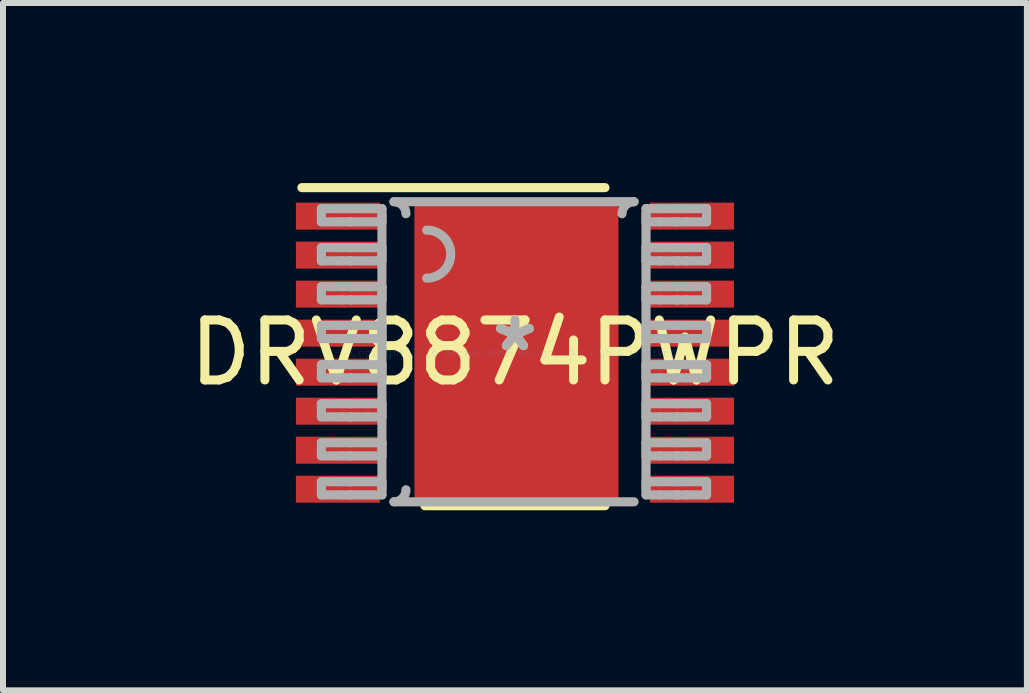
<source format=kicad_pcb>
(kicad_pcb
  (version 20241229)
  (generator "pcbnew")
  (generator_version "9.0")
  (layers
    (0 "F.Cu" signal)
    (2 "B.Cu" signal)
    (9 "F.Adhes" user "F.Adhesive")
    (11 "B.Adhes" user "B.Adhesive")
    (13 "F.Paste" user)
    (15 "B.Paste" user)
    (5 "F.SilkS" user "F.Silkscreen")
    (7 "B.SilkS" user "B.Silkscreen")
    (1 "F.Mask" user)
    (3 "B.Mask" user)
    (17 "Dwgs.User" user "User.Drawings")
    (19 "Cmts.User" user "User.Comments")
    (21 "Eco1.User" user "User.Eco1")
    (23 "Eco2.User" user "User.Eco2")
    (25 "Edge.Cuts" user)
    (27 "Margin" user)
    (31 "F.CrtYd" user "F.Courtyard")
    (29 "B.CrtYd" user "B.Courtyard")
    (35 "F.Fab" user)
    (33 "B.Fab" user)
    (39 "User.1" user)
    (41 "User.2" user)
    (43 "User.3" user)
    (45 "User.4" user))
  (footprint "DRV8874PWPR"
    (layer "F.Cu")
    (at 5.53 2.826)
    (property "Reference" "DRV8874PWPR" (at 0 0 0) (layer "F.SilkS") (effects (font (size 1 1) (thickness 0.15))))
    (attr through_hole)
    (fp_line (start -1.23 -1.726) (end -1.229 -1.735) (stroke (width 0.152) (type solid)) (layer "F.Mask"))
    (fp_line (start -1.23 1.726) (end -1.23 -1.726) (stroke (width 0.152) (type solid)) (layer "F.Mask"))
    (fp_line (start -1.229 -1.735) (end -1.226 -1.745) (stroke (width 0.152) (type solid)) (layer "F.Mask"))
    (fp_line (start -1.229 1.735) (end -1.23 1.726) (stroke (width 0.152) (type solid)) (layer "F.Mask"))
    (fp_line (start -1.226 -1.745) (end -1.222 -1.753) (stroke (width 0.152) (type solid)) (layer "F.Mask"))
    (fp_line (start -1.226 1.745) (end -1.229 1.735) (stroke (width 0.152) (type solid)) (layer "F.Mask"))
    (fp_line (start -1.222 -1.753) (end -1.216 -1.761) (stroke (width 0.152) (type solid)) (layer "F.Mask"))
    (fp_line (start -1.222 1.753) (end -1.226 1.745) (stroke (width 0.152) (type solid)) (layer "F.Mask"))
    (fp_line (start -1.216 -1.761) (end -1.208 -1.767) (stroke (width 0.152) (type solid)) (layer "F.Mask"))
    (fp_line (start -1.216 1.761) (end -1.222 1.753) (stroke (width 0.152) (type solid)) (layer "F.Mask"))
    (fp_line (start -1.208 -1.767) (end -1.2 -1.771) (stroke (width 0.152) (type solid)) (layer "F.Mask"))
    (fp_line (start -1.208 1.767) (end -1.216 1.761) (stroke (width 0.152) (type solid)) (layer "F.Mask"))
    (fp_line (start -1.2 -1.771) (end -1.19 -1.774) (stroke (width 0.152) (type solid)) (layer "F.Mask"))
    (fp_line (start -1.2 1.771) (end -1.208 1.767) (stroke (width 0.152) (type solid)) (layer "F.Mask"))
    (fp_line (start -1.19 -1.774) (end -1.181 -1.775) (stroke (width 0.152) (type solid)) (layer "F.Mask"))
    (fp_line (start -1.19 1.774) (end -1.2 1.771) (stroke (width 0.152) (type solid)) (layer "F.Mask"))
    (fp_line (start -1.181 -1.775) (end 1.181 -1.775) (stroke (width 0.152) (type solid)) (layer "F.Mask"))
    (fp_line (start -1.181 1.775) (end -1.19 1.774) (stroke (width 0.152) (type solid)) (layer "F.Mask"))
    (fp_line (start 1.181 -1.775) (end 1.19 -1.774) (stroke (width 0.152) (type solid)) (layer "F.Mask"))
    (fp_line (start 1.181 1.775) (end -1.181 1.775) (stroke (width 0.152) (type solid)) (layer "F.Mask"))
    (fp_line (start 1.19 -1.774) (end 1.2 -1.771) (stroke (width 0.152) (type solid)) (layer "F.Mask"))
    (fp_line (start 1.19 1.774) (end 1.181 1.775) (stroke (width 0.152) (type solid)) (layer "F.Mask"))
    (fp_line (start 1.2 -1.771) (end 1.208 -1.767) (stroke (width 0.152) (type solid)) (layer "F.Mask"))
    (fp_line (start 1.2 1.771) (end 1.19 1.774) (stroke (width 0.152) (type solid)) (layer "F.Mask"))
    (fp_line (start 1.208 -1.767) (end 1.216 -1.761) (stroke (width 0.152) (type solid)) (layer "F.Mask"))
    (fp_line (start 1.208 1.767) (end 1.2 1.771) (stroke (width 0.152) (type solid)) (layer "F.Mask"))
    (fp_line (start 1.216 -1.761) (end 1.222 -1.753) (stroke (width 0.152) (type solid)) (layer "F.Mask"))
    (fp_line (start 1.216 1.761) (end 1.208 1.767) (stroke (width 0.152) (type solid)) (layer "F.Mask"))
    (fp_line (start 1.222 -1.753) (end 1.226 -1.745) (stroke (width 0.152) (type solid)) (layer "F.Mask"))
    (fp_line (start 1.222 1.753) (end 1.216 1.761) (stroke (width 0.152) (type solid)) (layer "F.Mask"))
    (fp_line (start 1.226 -1.745) (end 1.229 -1.735) (stroke (width 0.152) (type solid)) (layer "F.Mask"))
    (fp_line (start 1.226 1.745) (end 1.222 1.753) (stroke (width 0.152) (type solid)) (layer "F.Mask"))
    (fp_line (start 1.229 -1.735) (end 1.23 -1.726) (stroke (width 0.152) (type solid)) (layer "F.Mask"))
    (fp_line (start 1.229 1.735) (end 1.226 1.745) (stroke (width 0.152) (type solid)) (layer "F.Mask"))
    (fp_line (start 1.23 -1.726) (end 1.23 1.726) (stroke (width 0.152) (type solid)) (layer "F.Mask"))
    (fp_line (start 1.23 1.726) (end 1.229 1.735) (stroke (width 0.152) (type solid)) (layer "F.Mask"))
    (fp_line (start -3.55 -2.75) (end 1.5 -2.75) (stroke (width 0.152) (type solid)) (layer "F.SilkS"))
    (fp_line (start -1.5 2.55) (end 1.5 2.55) (stroke (width 0.152) (type solid)) (layer "F.SilkS"))
    (fp_line (start -1.23 -1.726) (end -1.229 -1.735) (stroke (width 0.152) (type solid)) (layer "F.Paste"))
    (fp_line (start -1.23 1.726) (end -1.23 -1.726) (stroke (width 0.152) (type solid)) (layer "F.Paste"))
    (fp_line (start -1.229 -1.735) (end -1.226 -1.745) (stroke (width 0.152) (type solid)) (layer "F.Paste"))
    (fp_line (start -1.229 1.735) (end -1.23 1.726) (stroke (width 0.152) (type solid)) (layer "F.Paste"))
    (fp_line (start -1.226 -1.745) (end -1.222 -1.753) (stroke (width 0.152) (type solid)) (layer "F.Paste"))
    (fp_line (start -1.226 1.745) (end -1.229 1.735) (stroke (width 0.152) (type solid)) (layer "F.Paste"))
    (fp_line (start -1.222 -1.753) (end -1.216 -1.761) (stroke (width 0.152) (type solid)) (layer "F.Paste"))
    (fp_line (start -1.222 1.753) (end -1.226 1.745) (stroke (width 0.152) (type solid)) (layer "F.Paste"))
    (fp_line (start -1.216 -1.761) (end -1.208 -1.767) (stroke (width 0.152) (type solid)) (layer "F.Paste"))
    (fp_line (start -1.216 1.761) (end -1.222 1.753) (stroke (width 0.152) (type solid)) (layer "F.Paste"))
    (fp_line (start -1.208 -1.767) (end -1.2 -1.771) (stroke (width 0.152) (type solid)) (layer "F.Paste"))
    (fp_line (start -1.208 1.767) (end -1.216 1.761) (stroke (width 0.152) (type solid)) (layer "F.Paste"))
    (fp_line (start -1.2 -1.771) (end -1.19 -1.774) (stroke (width 0.152) (type solid)) (layer "F.Paste"))
    (fp_line (start -1.2 1.771) (end -1.208 1.767) (stroke (width 0.152) (type solid)) (layer "F.Paste"))
    (fp_line (start -1.19 -1.774) (end -1.181 -1.775) (stroke (width 0.152) (type solid)) (layer "F.Paste"))
    (fp_line (start -1.19 1.774) (end -1.2 1.771) (stroke (width 0.152) (type solid)) (layer "F.Paste"))
    (fp_line (start -1.181 -1.775) (end 1.181 -1.775) (stroke (width 0.152) (type solid)) (layer "F.Paste"))
    (fp_line (start -1.181 1.775) (end -1.19 1.774) (stroke (width 0.152) (type solid)) (layer "F.Paste"))
    (fp_line (start 1.181 -1.775) (end 1.19 -1.774) (stroke (width 0.152) (type solid)) (layer "F.Paste"))
    (fp_line (start 1.181 1.775) (end -1.181 1.775) (stroke (width 0.152) (type solid)) (layer "F.Paste"))
    (fp_line (start 1.19 -1.774) (end 1.2 -1.771) (stroke (width 0.152) (type solid)) (layer "F.Paste"))
    (fp_line (start 1.19 1.774) (end 1.181 1.775) (stroke (width 0.152) (type solid)) (layer "F.Paste"))
    (fp_line (start 1.2 -1.771) (end 1.208 -1.767) (stroke (width 0.152) (type solid)) (layer "F.Paste"))
    (fp_line (start 1.2 1.771) (end 1.19 1.774) (stroke (width 0.152) (type solid)) (layer "F.Paste"))
    (fp_line (start 1.208 -1.767) (end 1.216 -1.761) (stroke (width 0.152) (type solid)) (layer "F.Paste"))
    (fp_line (start 1.208 1.767) (end 1.2 1.771) (stroke (width 0.152) (type solid)) (layer "F.Paste"))
    (fp_line (start 1.216 -1.761) (end 1.222 -1.753) (stroke (width 0.152) (type solid)) (layer "F.Paste"))
    (fp_line (start 1.216 1.761) (end 1.208 1.767) (stroke (width 0.152) (type solid)) (layer "F.Paste"))
    (fp_line (start 1.222 -1.753) (end 1.226 -1.745) (stroke (width 0.152) (type solid)) (layer "F.Paste"))
    (fp_line (start 1.222 1.753) (end 1.216 1.761) (stroke (width 0.152) (type solid)) (layer "F.Paste"))
    (fp_line (start 1.226 -1.745) (end 1.229 -1.735) (stroke (width 0.152) (type solid)) (layer "F.Paste"))
    (fp_line (start 1.226 1.745) (end 1.222 1.753) (stroke (width 0.152) (type solid)) (layer "F.Paste"))
    (fp_line (start 1.229 -1.735) (end 1.23 -1.726) (stroke (width 0.152) (type solid)) (layer "F.Paste"))
    (fp_line (start 1.229 1.735) (end 1.226 1.745) (stroke (width 0.152) (type solid)) (layer "F.Paste"))
    (fp_line (start 1.23 -1.726) (end 1.23 1.726) (stroke (width 0.152) (type solid)) (layer "F.Paste"))
    (fp_line (start 1.23 1.726) (end 1.229 1.735) (stroke (width 0.152) (type solid)) (layer "F.Paste"))
    (fp_line (start -3.225 -2.4) (end -2.887 -2.4) (stroke (width 0.152) (type solid)) (layer "F.Fab"))
    (fp_line (start -3.225 -2.18) (end -3.225 -2.4) (stroke (width 0.152) (type solid)) (layer "F.Fab"))
    (fp_line (start -3.225 -2.18) (end -2.887 -2.18) (stroke (width 0.152) (type solid)) (layer "F.Fab"))
    (fp_line (start -3.225 -1.75) (end -2.887 -1.75) (stroke (width 0.152) (type solid)) (layer "F.Fab"))
    (fp_line (start -3.225 -1.53) (end -3.225 -1.75) (stroke (width 0.152) (type solid)) (layer "F.Fab"))
    (fp_line (start -3.225 -1.53) (end -2.887 -1.53) (stroke (width 0.152) (type solid)) (layer "F.Fab"))
    (fp_line (start -3.225 -1.1) (end -2.887 -1.1) (stroke (width 0.152) (type solid)) (layer "F.Fab"))
    (fp_line (start -3.225 -0.88) (end -3.225 -1.1) (stroke (width 0.152) (type solid)) (layer "F.Fab"))
    (fp_line (start -3.225 -0.88) (end -2.887 -0.88) (stroke (width 0.152) (type solid)) (layer "F.Fab"))
    (fp_line (start -3.225 -0.455) (end -2.887 -0.455) (stroke (width 0.152) (type solid)) (layer "F.Fab"))
    (fp_line (start -3.225 -0.235) (end -3.225 -0.455) (stroke (width 0.152) (type solid)) (layer "F.Fab"))
    (fp_line (start -3.225 -0.235) (end -2.887 -0.235) (stroke (width 0.152) (type solid)) (layer "F.Fab"))
    (fp_line (start -3.225 0.2) (end -2.887 0.2) (stroke (width 0.152) (type solid)) (layer "F.Fab"))
    (fp_line (start -3.225 0.42) (end -3.225 0.2) (stroke (width 0.152) (type solid)) (layer "F.Fab"))
    (fp_line (start -3.225 0.42) (end -2.887 0.42) (stroke (width 0.152) (type solid)) (layer "F.Fab"))
    (fp_line (start -3.225 0.85) (end -2.887 0.85) (stroke (width 0.152) (type solid)) (layer "F.Fab"))
    (fp_line (start -3.225 1.07) (end -3.225 0.85) (stroke (width 0.152) (type solid)) (layer "F.Fab"))
    (fp_line (start -3.225 1.07) (end -2.887 1.07) (stroke (width 0.152) (type solid)) (layer "F.Fab"))
    (fp_line (start -3.225 1.5) (end -2.887 1.5) (stroke (width 0.152) (type solid)) (layer "F.Fab"))
    (fp_line (start -3.225 1.72) (end -3.225 1.5) (stroke (width 0.152) (type solid)) (layer "F.Fab"))
    (fp_line (start -3.225 1.72) (end -2.887 1.72) (stroke (width 0.152) (type solid)) (layer "F.Fab"))
    (fp_line (start -3.225 2.15) (end -2.887 2.15) (stroke (width 0.152) (type solid)) (layer "F.Fab"))
    (fp_line (start -3.225 2.37) (end -3.225 2.15) (stroke (width 0.152) (type solid)) (layer "F.Fab"))
    (fp_line (start -3.225 2.37) (end -2.887 2.37) (stroke (width 0.152) (type solid)) (layer "F.Fab"))
    (fp_line (start -2.887 -2.4) (end -2.739 -2.4) (stroke (width 0.152) (type solid)) (layer "F.Fab"))
    (fp_line (start -2.887 -2.18) (end -2.739 -2.18) (stroke (width 0.152) (type solid)) (layer "F.Fab"))
    (fp_line (start -2.887 -1.75) (end -2.739 -1.75) (stroke (width 0.152) (type solid)) (layer "F.Fab"))
    (fp_line (start -2.887 -1.53) (end -2.739 -1.53) (stroke (width 0.152) (type solid)) (layer "F.Fab"))
    (fp_line (start -2.887 -1.1) (end -2.739 -1.1) (stroke (width 0.152) (type solid)) (layer "F.Fab"))
    (fp_line (start -2.887 -0.88) (end -2.739 -0.88) (stroke (width 0.152) (type solid)) (layer "F.Fab"))
    (fp_line (start -2.887 -0.455) (end -2.739 -0.455) (stroke (width 0.152) (type solid)) (layer "F.Fab"))
    (fp_line (start -2.887 -0.235) (end -2.739 -0.235) (stroke (width 0.152) (type solid)) (layer "F.Fab"))
    (fp_line (start -2.887 0.2) (end -2.739 0.2) (stroke (width 0.152) (type solid)) (layer "F.Fab"))
    (fp_line (start -2.887 0.42) (end -2.739 0.42) (stroke (width 0.152) (type solid)) (layer "F.Fab"))
    (fp_line (start -2.887 0.85) (end -2.739 0.85) (stroke (width 0.152) (type solid)) (layer "F.Fab"))
    (fp_line (start -2.887 1.07) (end -2.739 1.07) (stroke (width 0.152) (type solid)) (layer "F.Fab"))
    (fp_line (start -2.887 1.5) (end -2.739 1.5) (stroke (width 0.152) (type solid)) (layer "F.Fab"))
    (fp_line (start -2.887 1.72) (end -2.739 1.72) (stroke (width 0.152) (type solid)) (layer "F.Fab"))
    (fp_line (start -2.887 2.15) (end -2.739 2.15) (stroke (width 0.152) (type solid)) (layer "F.Fab"))
    (fp_line (start -2.887 2.37) (end -2.739 2.37) (stroke (width 0.152) (type solid)) (layer "F.Fab"))
    (fp_line (start -2.739 -2.4) (end -2.73 -2.4) (stroke (width 0.152) (type solid)) (layer "F.Fab"))
    (fp_line (start -2.739 -2.18) (end -2.73 -2.18) (stroke (width 0.152) (type solid)) (layer "F.Fab"))
    (fp_line (start -2.739 -1.75) (end -2.73 -1.75) (stroke (width 0.152) (type solid)) (layer "F.Fab"))
    (fp_line (start -2.739 -1.53) (end -2.73 -1.53) (stroke (width 0.152) (type solid)) (layer "F.Fab"))
    (fp_line (start -2.739 -1.1) (end -2.73 -1.1) (stroke (width 0.152) (type solid)) (layer "F.Fab"))
    (fp_line (start -2.739 -0.88) (end -2.73 -0.88) (stroke (width 0.152) (type solid)) (layer "F.Fab"))
    (fp_line (start -2.739 -0.455) (end -2.73 -0.455) (stroke (width 0.152) (type solid)) (layer "F.Fab"))
    (fp_line (start -2.739 -0.235) (end -2.73 -0.235) (stroke (width 0.152) (type solid)) (layer "F.Fab"))
    (fp_line (start -2.739 0.2) (end -2.73 0.2) (stroke (width 0.152) (type solid)) (layer "F.Fab"))
    (fp_line (start -2.739 0.42) (end -2.73 0.42) (stroke (width 0.152) (type solid)) (layer "F.Fab"))
    (fp_line (start -2.739 0.85) (end -2.73 0.85) (stroke (width 0.152) (type solid)) (layer "F.Fab"))
    (fp_line (start -2.739 1.07) (end -2.73 1.07) (stroke (width 0.152) (type solid)) (layer "F.Fab"))
    (fp_line (start -2.739 1.5) (end -2.73 1.5) (stroke (width 0.152) (type solid)) (layer "F.Fab"))
    (fp_line (start -2.739 1.72) (end -2.73 1.72) (stroke (width 0.152) (type solid)) (layer "F.Fab"))
    (fp_line (start -2.739 2.15) (end -2.73 2.15) (stroke (width 0.152) (type solid)) (layer "F.Fab"))
    (fp_line (start -2.739 2.37) (end -2.73 2.37) (stroke (width 0.152) (type solid)) (layer "F.Fab"))
    (fp_line (start -2.73 -2.4) (end -2.446 -2.4) (stroke (width 0.152) (type solid)) (layer "F.Fab"))
    (fp_line (start -2.73 -2.18) (end -2.446 -2.18) (stroke (width 0.152) (type solid)) (layer "F.Fab"))
    (fp_line (start -2.73 -1.75) (end -2.446 -1.75) (stroke (width 0.152) (type solid)) (layer "F.Fab"))
    (fp_line (start -2.73 -1.53) (end -2.446 -1.53) (stroke (width 0.152) (type solid)) (layer "F.Fab"))
    (fp_line (start -2.73 -1.1) (end -2.446 -1.1) (stroke (width 0.152) (type solid)) (layer "F.Fab"))
    (fp_line (start -2.73 -0.88) (end -2.446 -0.88) (stroke (width 0.152) (type solid)) (layer "F.Fab"))
    (fp_line (start -2.73 -0.455) (end -2.446 -0.455) (stroke (width 0.152) (type solid)) (layer "F.Fab"))
    (fp_line (start -2.73 -0.235) (end -2.446 -0.235) (stroke (width 0.152) (type solid)) (layer "F.Fab"))
    (fp_line (start -2.73 0.2) (end -2.446 0.2) (stroke (width 0.152) (type solid)) (layer "F.Fab"))
    (fp_line (start -2.73 0.42) (end -2.446 0.42) (stroke (width 0.152) (type solid)) (layer "F.Fab"))
    (fp_line (start -2.73 0.85) (end -2.446 0.85) (stroke (width 0.152) (type solid)) (layer "F.Fab"))
    (fp_line (start -2.73 1.07) (end -2.446 1.07) (stroke (width 0.152) (type solid)) (layer "F.Fab"))
    (fp_line (start -2.73 1.5) (end -2.446 1.5) (stroke (width 0.152) (type solid)) (layer "F.Fab"))
    (fp_line (start -2.73 1.72) (end -2.446 1.72) (stroke (width 0.152) (type solid)) (layer "F.Fab"))
    (fp_line (start -2.73 2.15) (end -2.446 2.15) (stroke (width 0.152) (type solid)) (layer "F.Fab"))
    (fp_line (start -2.73 2.37) (end -2.446 2.37) (stroke (width 0.152) (type solid)) (layer "F.Fab"))
    (fp_line (start -2.446 -2.4) (end -2.216 -2.4) (stroke (width 0.152) (type solid)) (layer "F.Fab"))
    (fp_line (start -2.446 -2.18) (end -2.216 -2.18) (stroke (width 0.152) (type solid)) (layer "F.Fab"))
    (fp_line (start -2.446 -1.75) (end -2.216 -1.75) (stroke (width 0.152) (type solid)) (layer "F.Fab"))
    (fp_line (start -2.446 -1.53) (end -2.216 -1.53) (stroke (width 0.152) (type solid)) (layer "F.Fab"))
    (fp_line (start -2.446 -1.1) (end -2.216 -1.1) (stroke (width 0.152) (type solid)) (layer "F.Fab"))
    (fp_line (start -2.446 -0.88) (end -2.216 -0.88) (stroke (width 0.152) (type solid)) (layer "F.Fab"))
    (fp_line (start -2.446 -0.455) (end -2.216 -0.455) (stroke (width 0.152) (type solid)) (layer "F.Fab"))
    (fp_line (start -2.446 -0.235) (end -2.216 -0.235) (stroke (width 0.152) (type solid)) (layer "F.Fab"))
    (fp_line (start -2.446 0.2) (end -2.216 0.2) (stroke (width 0.152) (type solid)) (layer "F.Fab"))
    (fp_line (start -2.446 0.42) (end -2.216 0.42) (stroke (width 0.152) (type solid)) (layer "F.Fab"))
    (fp_line (start -2.446 0.85) (end -2.216 0.85) (stroke (width 0.152) (type solid)) (layer "F.Fab"))
    (fp_line (start -2.446 1.07) (end -2.216 1.07) (stroke (width 0.152) (type solid)) (layer "F.Fab"))
    (fp_line (start -2.446 1.5) (end -2.216 1.5) (stroke (width 0.152) (type solid)) (layer "F.Fab"))
    (fp_line (start -2.446 1.72) (end -2.216 1.72) (stroke (width 0.152) (type solid)) (layer "F.Fab"))
    (fp_line (start -2.446 2.15) (end -2.216 2.15) (stroke (width 0.152) (type solid)) (layer "F.Fab"))
    (fp_line (start -2.446 2.37) (end -2.216 2.37) (stroke (width 0.152) (type solid)) (layer "F.Fab"))
    (fp_line (start -2.216 -2.18) (end -2.216 -2.4) (stroke (width 0.152) (type solid)) (layer "F.Fab"))
    (fp_line (start -2.216 -1.53) (end -2.216 -1.75) (stroke (width 0.152) (type solid)) (layer "F.Fab"))
    (fp_line (start -2.216 -0.88) (end -2.216 -1.1) (stroke (width 0.152) (type solid)) (layer "F.Fab"))
    (fp_line (start -2.216 -0.235) (end -2.216 -0.455) (stroke (width 0.152) (type solid)) (layer "F.Fab"))
    (fp_line (start -2.216 0.42) (end -2.216 0.2) (stroke (width 0.152) (type solid)) (layer "F.Fab"))
    (fp_line (start -2.216 1.07) (end -2.216 0.85) (stroke (width 0.152) (type solid)) (layer "F.Fab"))
    (fp_line (start -2.216 1.72) (end -2.216 1.5) (stroke (width 0.152) (type solid)) (layer "F.Fab"))
    (fp_line (start -2.216 2.285) (end -2.216 -2.315) (stroke (width 0.152) (type solid)) (layer "F.Fab"))
    (fp_line (start -2.216 2.37) (end -2.216 2.15) (stroke (width 0.152) (type solid)) (layer "F.Fab"))
    (fp_line (start -2.016 -2.515) (end 1.984 -2.515) (stroke (width 0.152) (type solid)) (layer "F.Fab"))
    (fp_line (start -2.016 2.485) (end 1.984 2.485) (stroke (width 0.152) (type solid)) (layer "F.Fab"))
    (fp_line (start 2.184 -2.4) (end 2.413 -2.4) (stroke (width 0.152) (type solid)) (layer "F.Fab"))
    (fp_line (start 2.184 -2.18) (end 2.184 -2.4) (stroke (width 0.152) (type solid)) (layer "F.Fab"))
    (fp_line (start 2.184 -2.18) (end 2.413 -2.18) (stroke (width 0.152) (type solid)) (layer "F.Fab"))
    (fp_line (start 2.184 -1.75) (end 2.413 -1.75) (stroke (width 0.152) (type solid)) (layer "F.Fab"))
    (fp_line (start 2.184 -1.53) (end 2.184 -1.75) (stroke (width 0.152) (type solid)) (layer "F.Fab"))
    (fp_line (start 2.184 -1.53) (end 2.413 -1.53) (stroke (width 0.152) (type solid)) (layer "F.Fab"))
    (fp_line (start 2.184 -1.1) (end 2.413 -1.1) (stroke (width 0.152) (type solid)) (layer "F.Fab"))
    (fp_line (start 2.184 -0.88) (end 2.184 -1.1) (stroke (width 0.152) (type solid)) (layer "F.Fab"))
    (fp_line (start 2.184 -0.88) (end 2.413 -0.88) (stroke (width 0.152) (type solid)) (layer "F.Fab"))
    (fp_line (start 2.184 -0.455) (end 2.413 -0.455) (stroke (width 0.152) (type solid)) (layer "F.Fab"))
    (fp_line (start 2.184 -0.235) (end 2.184 -0.455) (stroke (width 0.152) (type solid)) (layer "F.Fab"))
    (fp_line (start 2.184 -0.235) (end 2.413 -0.235) (stroke (width 0.152) (type solid)) (layer "F.Fab"))
    (fp_line (start 2.184 0.2) (end 2.413 0.2) (stroke (width 0.152) (type solid)) (layer "F.Fab"))
    (fp_line (start 2.184 0.42) (end 2.184 0.2) (stroke (width 0.152) (type solid)) (layer "F.Fab"))
    (fp_line (start 2.184 0.42) (end 2.413 0.42) (stroke (width 0.152) (type solid)) (layer "F.Fab"))
    (fp_line (start 2.184 0.85) (end 2.413 0.85) (stroke (width 0.152) (type solid)) (layer "F.Fab"))
    (fp_line (start 2.184 1.07) (end 2.184 0.85) (stroke (width 0.152) (type solid)) (layer "F.Fab"))
    (fp_line (start 2.184 1.07) (end 2.413 1.07) (stroke (width 0.152) (type solid)) (layer "F.Fab"))
    (fp_line (start 2.184 1.5) (end 2.413 1.5) (stroke (width 0.152) (type solid)) (layer "F.Fab"))
    (fp_line (start 2.184 1.72) (end 2.184 1.5) (stroke (width 0.152) (type solid)) (layer "F.Fab"))
    (fp_line (start 2.184 1.72) (end 2.413 1.72) (stroke (width 0.152) (type solid)) (layer "F.Fab"))
    (fp_line (start 2.184 2.15) (end 2.413 2.15) (stroke (width 0.152) (type solid)) (layer "F.Fab"))
    (fp_line (start 2.184 2.285) (end 2.184 -2.315) (stroke (width 0.152) (type solid)) (layer "F.Fab"))
    (fp_line (start 2.184 2.37) (end 2.184 2.15) (stroke (width 0.152) (type solid)) (layer "F.Fab"))
    (fp_line (start 2.184 2.37) (end 2.413 2.37) (stroke (width 0.152) (type solid)) (layer "F.Fab"))
    (fp_line (start 2.413 -2.4) (end 2.698 -2.4) (stroke (width 0.152) (type solid)) (layer "F.Fab"))
    (fp_line (start 2.413 -2.18) (end 2.698 -2.18) (stroke (width 0.152) (type solid)) (layer "F.Fab"))
    (fp_line (start 2.413 -1.75) (end 2.698 -1.75) (stroke (width 0.152) (type solid)) (layer "F.Fab"))
    (fp_line (start 2.413 -1.53) (end 2.698 -1.53) (stroke (width 0.152) (type solid)) (layer "F.Fab"))
    (fp_line (start 2.413 -1.1) (end 2.698 -1.1) (stroke (width 0.152) (type solid)) (layer "F.Fab"))
    (fp_line (start 2.413 -0.88) (end 2.698 -0.88) (stroke (width 0.152) (type solid)) (layer "F.Fab"))
    (fp_line (start 2.413 -0.455) (end 2.698 -0.455) (stroke (width 0.152) (type solid)) (layer "F.Fab"))
    (fp_line (start 2.413 -0.235) (end 2.698 -0.235) (stroke (width 0.152) (type solid)) (layer "F.Fab"))
    (fp_line (start 2.413 0.2) (end 2.698 0.2) (stroke (width 0.152) (type solid)) (layer "F.Fab"))
    (fp_line (start 2.413 0.42) (end 2.698 0.42) (stroke (width 0.152) (type solid)) (layer "F.Fab"))
    (fp_line (start 2.413 0.85) (end 2.698 0.85) (stroke (width 0.152) (type solid)) (layer "F.Fab"))
    (fp_line (start 2.413 1.07) (end 2.698 1.07) (stroke (width 0.152) (type solid)) (layer "F.Fab"))
    (fp_line (start 2.413 1.5) (end 2.698 1.5) (stroke (width 0.152) (type solid)) (layer "F.Fab"))
    (fp_line (start 2.413 1.72) (end 2.698 1.72) (stroke (width 0.152) (type solid)) (layer "F.Fab"))
    (fp_line (start 2.413 2.15) (end 2.698 2.15) (stroke (width 0.152) (type solid)) (layer "F.Fab"))
    (fp_line (start 2.413 2.37) (end 2.698 2.37) (stroke (width 0.152) (type solid)) (layer "F.Fab"))
    (fp_line (start 2.698 -2.4) (end 2.707 -2.4) (stroke (width 0.152) (type solid)) (layer "F.Fab"))
    (fp_line (start 2.698 -2.18) (end 2.707 -2.18) (stroke (width 0.152) (type solid)) (layer "F.Fab"))
    (fp_line (start 2.698 -1.75) (end 2.707 -1.75) (stroke (width 0.152) (type solid)) (layer "F.Fab"))
    (fp_line (start 2.698 -1.53) (end 2.707 -1.53) (stroke (width 0.152) (type solid)) (layer "F.Fab"))
    (fp_line (start 2.698 -1.1) (end 2.707 -1.1) (stroke (width 0.152) (type solid)) (layer "F.Fab"))
    (fp_line (start 2.698 -0.88) (end 2.707 -0.88) (stroke (width 0.152) (type solid)) (layer "F.Fab"))
    (fp_line (start 2.698 -0.455) (end 2.707 -0.455) (stroke (width 0.152) (type solid)) (layer "F.Fab"))
    (fp_line (start 2.698 -0.235) (end 2.707 -0.235) (stroke (width 0.152) (type solid)) (layer "F.Fab"))
    (fp_line (start 2.698 0.2) (end 2.707 0.2) (stroke (width 0.152) (type solid)) (layer "F.Fab"))
    (fp_line (start 2.698 0.42) (end 2.707 0.42) (stroke (width 0.152) (type solid)) (layer "F.Fab"))
    (fp_line (start 2.698 0.85) (end 2.707 0.85) (stroke (width 0.152) (type solid)) (layer "F.Fab"))
    (fp_line (start 2.698 1.07) (end 2.707 1.07) (stroke (width 0.152) (type solid)) (layer "F.Fab"))
    (fp_line (start 2.698 1.5) (end 2.707 1.5) (stroke (width 0.152) (type solid)) (layer "F.Fab"))
    (fp_line (start 2.698 1.72) (end 2.707 1.72) (stroke (width 0.152) (type solid)) (layer "F.Fab"))
    (fp_line (start 2.698 2.15) (end 2.707 2.15) (stroke (width 0.152) (type solid)) (layer "F.Fab"))
    (fp_line (start 2.698 2.37) (end 2.707 2.37) (stroke (width 0.152) (type solid)) (layer "F.Fab"))
    (fp_line (start 2.707 -2.4) (end 2.854 -2.4) (stroke (width 0.152) (type solid)) (layer "F.Fab"))
    (fp_line (start 2.707 -2.18) (end 2.854 -2.18) (stroke (width 0.152) (type solid)) (layer "F.Fab"))
    (fp_line (start 2.707 -1.75) (end 2.854 -1.75) (stroke (width 0.152) (type solid)) (layer "F.Fab"))
    (fp_line (start 2.707 -1.53) (end 2.854 -1.53) (stroke (width 0.152) (type solid)) (layer "F.Fab"))
    (fp_line (start 2.707 -1.1) (end 2.854 -1.1) (stroke (width 0.152) (type solid)) (layer "F.Fab"))
    (fp_line (start 2.707 -0.88) (end 2.854 -0.88) (stroke (width 0.152) (type solid)) (layer "F.Fab"))
    (fp_line (start 2.707 -0.455) (end 2.854 -0.455) (stroke (width 0.152) (type solid)) (layer "F.Fab"))
    (fp_line (start 2.707 -0.235) (end 2.854 -0.235) (stroke (width 0.152) (type solid)) (layer "F.Fab"))
    (fp_line (start 2.707 0.2) (end 2.854 0.2) (stroke (width 0.152) (type solid)) (layer "F.Fab"))
    (fp_line (start 2.707 0.42) (end 2.854 0.42) (stroke (width 0.152) (type solid)) (layer "F.Fab"))
    (fp_line (start 2.707 0.85) (end 2.854 0.85) (stroke (width 0.152) (type solid)) (layer "F.Fab"))
    (fp_line (start 2.707 1.07) (end 2.854 1.07) (stroke (width 0.152) (type solid)) (layer "F.Fab"))
    (fp_line (start 2.707 1.5) (end 2.854 1.5) (stroke (width 0.152) (type solid)) (layer "F.Fab"))
    (fp_line (start 2.707 1.72) (end 2.854 1.72) (stroke (width 0.152) (type solid)) (layer "F.Fab"))
    (fp_line (start 2.707 2.15) (end 2.854 2.15) (stroke (width 0.152) (type solid)) (layer "F.Fab"))
    (fp_line (start 2.707 2.37) (end 2.854 2.37) (stroke (width 0.152) (type solid)) (layer "F.Fab"))
    (fp_line (start 2.854 -2.4) (end 3.193 -2.4) (stroke (width 0.152) (type solid)) (layer "F.Fab"))
    (fp_line (start 2.854 -2.18) (end 3.193 -2.18) (stroke (width 0.152) (type solid)) (layer "F.Fab"))
    (fp_line (start 2.854 -1.75) (end 3.193 -1.75) (stroke (width 0.152) (type solid)) (layer "F.Fab"))
    (fp_line (start 2.854 -1.53) (end 3.193 -1.53) (stroke (width 0.152) (type solid)) (layer "F.Fab"))
    (fp_line (start 2.854 -1.1) (end 3.193 -1.1) (stroke (width 0.152) (type solid)) (layer "F.Fab"))
    (fp_line (start 2.854 -0.88) (end 3.193 -0.88) (stroke (width 0.152) (type solid)) (layer "F.Fab"))
    (fp_line (start 2.854 -0.455) (end 3.193 -0.455) (stroke (width 0.152) (type solid)) (layer "F.Fab"))
    (fp_line (start 2.854 -0.235) (end 3.193 -0.235) (stroke (width 0.152) (type solid)) (layer "F.Fab"))
    (fp_line (start 2.854 0.2) (end 3.193 0.2) (stroke (width 0.152) (type solid)) (layer "F.Fab"))
    (fp_line (start 2.854 0.42) (end 3.193 0.42) (stroke (width 0.152) (type solid)) (layer "F.Fab"))
    (fp_line (start 2.854 0.85) (end 3.193 0.85) (stroke (width 0.152) (type solid)) (layer "F.Fab"))
    (fp_line (start 2.854 1.07) (end 3.193 1.07) (stroke (width 0.152) (type solid)) (layer "F.Fab"))
    (fp_line (start 2.854 1.5) (end 3.193 1.5) (stroke (width 0.152) (type solid)) (layer "F.Fab"))
    (fp_line (start 2.854 1.72) (end 3.193 1.72) (stroke (width 0.152) (type solid)) (layer "F.Fab"))
    (fp_line (start 2.854 2.15) (end 3.193 2.15) (stroke (width 0.152) (type solid)) (layer "F.Fab"))
    (fp_line (start 2.854 2.37) (end 3.193 2.37) (stroke (width 0.152) (type solid)) (layer "F.Fab"))
    (fp_line (start 3.193 -2.18) (end 3.193 -2.4) (stroke (width 0.152) (type solid)) (layer "F.Fab"))
    (fp_line (start 3.193 -1.53) (end 3.193 -1.75) (stroke (width 0.152) (type solid)) (layer "F.Fab"))
    (fp_line (start 3.193 -0.88) (end 3.193 -1.1) (stroke (width 0.152) (type solid)) (layer "F.Fab"))
    (fp_line (start 3.193 -0.235) (end 3.193 -0.455) (stroke (width 0.152) (type solid)) (layer "F.Fab"))
    (fp_line (start 3.193 0.42) (end 3.193 0.2) (stroke (width 0.152) (type solid)) (layer "F.Fab"))
    (fp_line (start 3.193 1.07) (end 3.193 0.85) (stroke (width 0.152) (type solid)) (layer "F.Fab"))
    (fp_line (start 3.193 1.72) (end 3.193 1.5) (stroke (width 0.152) (type solid)) (layer "F.Fab"))
    (fp_line (start 3.193 2.37) (end 3.193 2.15) (stroke (width 0.152) (type solid)) (layer "F.Fab"))
    (fp_arc (start -2.016138 -2.514986) (mid -1.874717 -2.456407) (end -1.816138 -2.314986) (stroke (width 0.1524) (type solid)) (layer "F.Fab"))
    (fp_arc (start -1.816138 2.285004) (mid -1.874717 2.426425) (end -2.016138 2.485004) (stroke (width 0.1524) (type solid)) (layer "F.Fab"))
    (fp_arc (start -1.470139 -2.041987) (mid -1.07014 -1.641988) (end -1.470139 -1.241989) (stroke (width 0.1524) (type solid)) (layer "F.Fab"))
    (fp_arc (start 1.783855 -2.314986) (mid 1.842433 -2.456407) (end 1.983854 -2.514985) (stroke (width 0.1524) (type solid)) (layer "F.Fab"))
    (fp_text user "*" (at 0 0 0) (layer "F.SilkS") (effects (font (size 1 1) (thickness 0.15))))
    (fp_text user "Copyright 2016 Accelerated Designs. All rights reserved." (at 0 0 0) (layer "Cmts.User") (effects (font (size 0.127 0.127) (thickness 0.002))))
    (fp_text user "*" (at 0 0 0) (layer "F.Fab") (effects (font (size 1 1) (thickness 0.15))))
    (pad "1" smd rect (at -2.95 -2.275 90) (size 0.45 1.4) (layers "F.Cu" "F.Mask" "F.Paste"))
    (pad "2" smd rect (at -2.95 -1.625 90) (size 0.45 1.4) (layers "F.Cu" "F.Mask" "F.Paste"))
    (pad "3" smd rect (at -2.95 -0.975 90) (size 0.45 1.4) (layers "F.Cu" "F.Mask" "F.Paste"))
    (pad "4" smd rect (at -2.95 -0.325 90) (size 0.45 1.4) (layers "F.Cu" "F.Mask" "F.Paste"))
    (pad "5" smd rect (at -2.95 0.325 90) (size 0.45 1.4) (layers "F.Cu" "F.Mask" "F.Paste"))
    (pad "6" smd rect (at -2.95 0.975 90) (size 0.45 1.4) (layers "F.Cu" "F.Mask" "F.Paste"))
    (pad "7" smd rect (at -2.95 1.625 90) (size 0.45 1.4) (layers "F.Cu" "F.Mask" "F.Paste"))
    (pad "8" smd rect (at -2.95 2.275 90) (size 0.45 1.4) (layers "F.Cu" "F.Mask" "F.Paste"))
    (pad "9" smd rect (at 2.95 2.275 90) (size 0.45 1.4) (layers "F.Cu" "F.Mask" "F.Paste"))
    (pad "10" smd rect (at 2.95 1.625 90) (size 0.45 1.4) (layers "F.Cu" "F.Mask" "F.Paste"))
    (pad "11" smd rect (at 2.95 0.975 90) (size 0.45 1.4) (layers "F.Cu" "F.Mask" "F.Paste"))
    (pad "12" smd rect (at 2.95 0.325 90) (size 0.45 1.4) (layers "F.Cu" "F.Mask" "F.Paste"))
    (pad "13" smd rect (at 2.95 -0.325 90) (size 0.45 1.4) (layers "F.Cu" "F.Mask" "F.Paste"))
    (pad "14" smd rect (at 2.95 -0.975 90) (size 0.45 1.4) (layers "F.Cu" "F.Mask" "F.Paste"))
    (pad "15" smd rect (at 2.95 -1.625 90) (size 0.45 1.4) (layers "F.Cu" "F.Mask" "F.Paste"))
    (pad "16" smd rect (at 2.95 -2.275 90) (size 0.45 1.4) (layers "F.Cu" "F.Mask" "F.Paste"))
    (pad "17" smd rect (at 0.025 0) (size 3.4 5) (layers "F.Cu" "F.Mask" "F.Paste")))
  (gr_rect
    (start -3 -3)
    (end 14.06 8.452)
    (stroke (width 0.1) (type default))
    (fill no)
    (layer "Edge.Cuts")))
</source>
